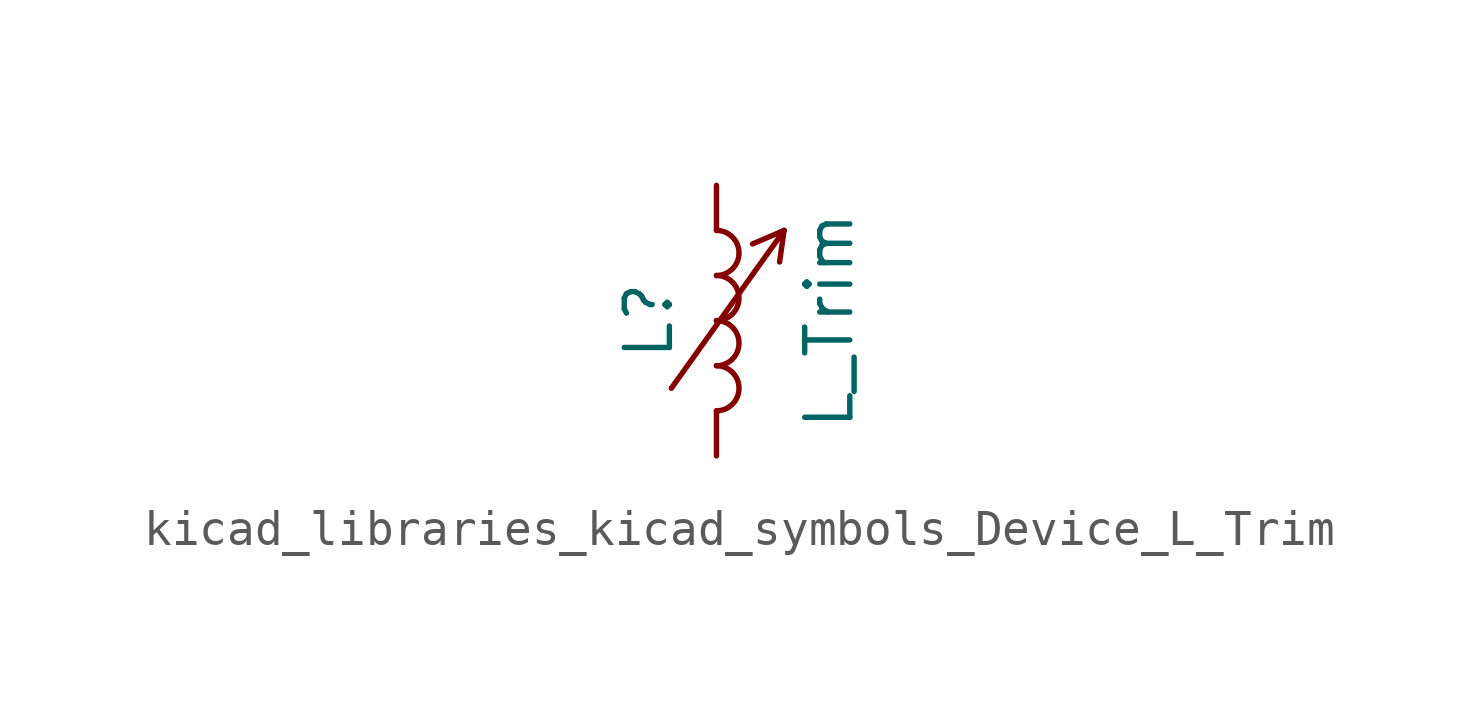
<source format=kicad_sym>
(kicad_symbol_lib
  (version 20220914)
  (generator kicad_symbol_editor)
  (symbol "kicad_libraries_kicad_symbols_Device_L_Trim"
    (pin_numbers hide)
    (pin_names
      (offset 1.016) hide)
    (property "Reference" "L"
      (at -1.905 0 90)
      (effects (font (size 1.27 1.27))))
    (property "Value" "L_Trim"
      (at 3.175 0 90)
      (effects (font (size 1.27 1.27))))
    (symbol "kicad_libraries_kicad_symbols_Device_L_Trim_0_1"
      (arc (start 0 -2.54) (mid 0.6323 -1.905) (end 0 -1.27) (stroke (width 0) (type default)) (fill (type none)))
      (arc (start 0 -1.27) (mid 0.6323 -0.635) (end 0 0) (stroke (width 0) (type default)) (fill (type none)))
      (polyline (pts (xy -1.27 -1.905) (xy 1.905 2.54)) (stroke (width 0) (type default)) (fill (type none)))
      (polyline (pts (xy 1.905 2.54) (xy 1.016 2.159)) (stroke (width 0) (type default)) (fill (type none)))
      (polyline (pts (xy 1.905 2.54) (xy 1.778 1.651)) (stroke (width 0) (type default)) (fill (type none)))
      (arc (start 0 0) (mid 0.6323 0.635) (end 0 1.27) (stroke (width 0) (type default)) (fill (type none)))
      (arc (start 0 1.27) (mid 0.6323 1.905) (end 0 2.54) (stroke (width 0) (type default)) (fill (type none))))
    (symbol "kicad_libraries_kicad_symbols_Device_L_Trim_1_1"
      (pin passive line (at 0 3.81 270) (length 1.27) (name "1" (effects (font (size 1.27 1.27)))) (number "1" (effects (font (size 1.27 1.27)))))
      (pin passive line (at 0 -3.81 90) (length 1.27) (name "2" (effects (font (size 1.27 1.27)))) (number "2" (effects (font (size 1.27 1.27))))))))
</source>
